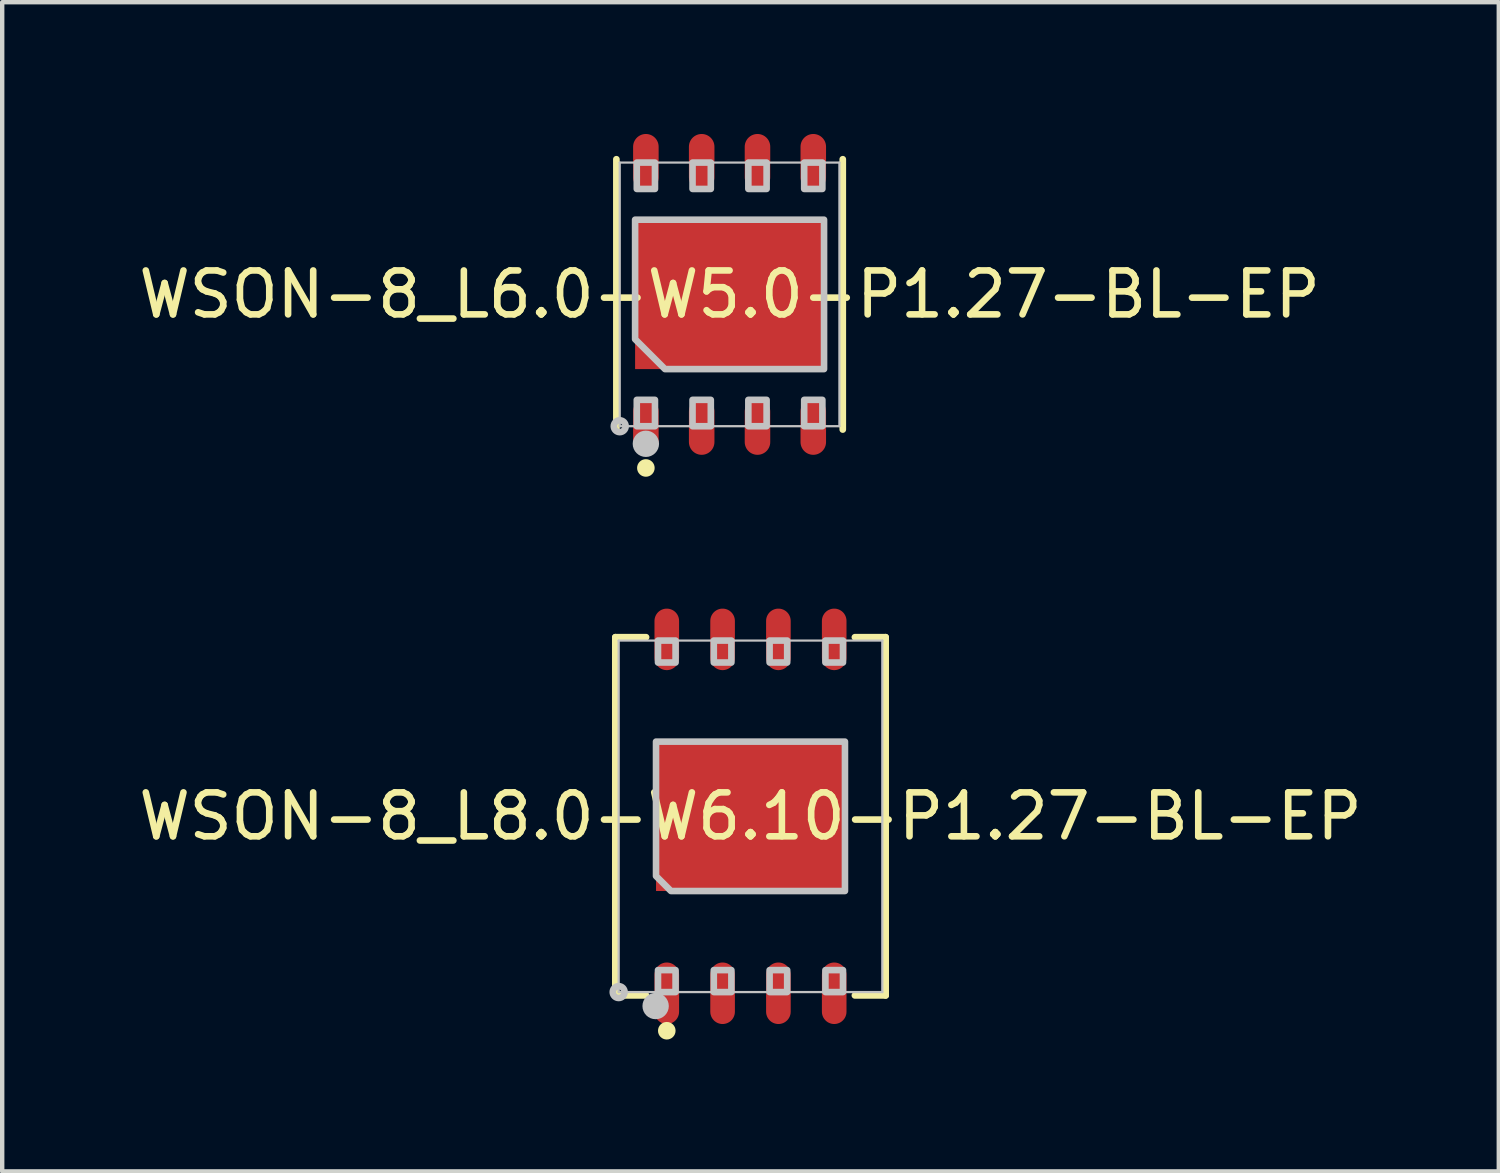
<source format=kicad_pcb>
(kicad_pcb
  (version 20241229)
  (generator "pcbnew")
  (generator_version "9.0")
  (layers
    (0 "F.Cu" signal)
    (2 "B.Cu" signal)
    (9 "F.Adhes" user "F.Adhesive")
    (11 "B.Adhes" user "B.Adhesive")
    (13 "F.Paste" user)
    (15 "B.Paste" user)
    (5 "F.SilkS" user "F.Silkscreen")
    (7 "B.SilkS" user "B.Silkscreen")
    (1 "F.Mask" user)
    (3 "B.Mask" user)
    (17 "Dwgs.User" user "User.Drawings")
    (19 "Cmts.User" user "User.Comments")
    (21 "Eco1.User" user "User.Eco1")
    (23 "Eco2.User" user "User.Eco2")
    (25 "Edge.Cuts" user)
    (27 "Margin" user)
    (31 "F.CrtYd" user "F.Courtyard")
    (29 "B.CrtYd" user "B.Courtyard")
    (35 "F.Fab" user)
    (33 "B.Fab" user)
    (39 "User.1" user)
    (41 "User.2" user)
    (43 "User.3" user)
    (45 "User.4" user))
  (footprint "WSON-8_L8.0-W6.10-P1.27-BL-EP"
    (layer "F.Cu")
    (at 14.03 15.528)
    (property "Reference" "WSON-8_L8.0-W6.10-P1.27-BL-EP" (at 0 0 0) (layer "F.SilkS") (effects (font (size 1 1) (thickness 0.15))))
    (fp_line (start -3.076 -4.076) (end -2.376 -4.076) (stroke (width 0.152) (type solid)) (layer "F.SilkS"))
    (fp_line (start -3.076 4.076) (end -3.076 -4.076) (stroke (width 0.152) (type solid)) (layer "F.SilkS"))
    (fp_line (start -2.376 4.076) (end -3.076 4.076) (stroke (width 0.152) (type solid)) (layer "F.SilkS"))
    (fp_line (start 2.376 4.076) (end 3.076 4.076) (stroke (width 0.152) (type solid)) (layer "F.SilkS"))
    (fp_line (start 3.076 -4.076) (end 2.376 -4.076) (stroke (width 0.152) (type solid)) (layer "F.SilkS"))
    (fp_line (start 3.076 4.076) (end 3.076 -4.076) (stroke (width 0.152) (type solid)) (layer "F.SilkS"))
    (fp_circle (center -1.905 4.88) (end -1.805 4.88) (stroke (width 0.2) (type solid)) (fill no) (layer "F.SilkS"))
    (fp_line (start -3 -4) (end 3 -4) (stroke (width 0.051) (type solid)) (layer "Dwgs.User"))
    (fp_line (start -3 4) (end -3 -4) (stroke (width 0.051) (type solid)) (layer "Dwgs.User"))
    (fp_line (start 3 -4) (end 3 4) (stroke (width 0.051) (type solid)) (layer "Dwgs.User"))
    (fp_line (start 3 4) (end -3 4) (stroke (width 0.051) (type solid)) (layer "Dwgs.User"))
    (fp_circle (center -3 4) (end -2.94 4) (stroke (width 0.15) (type solid)) (fill no) (layer "Dwgs.User"))
    (fp_circle (center -2.159 4.318) (end -2.009 4.318) (stroke (width 0.3) (type solid)) (fill no) (layer "Dwgs.User"))
    (fp_poly (pts (xy -2.105 -4) (xy -2.105 -3.5) (xy -1.705 -3.5) (xy -1.705 -4) (xy -2.105 -4)) (stroke (width 0.15) (type solid)) (fill no) (layer "Dwgs.User"))
    (fp_poly (pts (xy -2.105 4) (xy -2.105 3.5) (xy -1.705 3.5) (xy -1.705 4) (xy -2.105 4)) (stroke (width 0.15) (type solid)) (fill no) (layer "Dwgs.User"))
    (fp_poly (pts (xy -0.835 -4) (xy -0.835 -3.5) (xy -0.435 -3.5) (xy -0.435 -4) (xy -0.835 -4)) (stroke (width 0.15) (type solid)) (fill no) (layer "Dwgs.User"))
    (fp_poly (pts (xy -0.835 4) (xy -0.835 3.5) (xy -0.435 3.5) (xy -0.435 4) (xy -0.835 4)) (stroke (width 0.15) (type solid)) (fill no) (layer "Dwgs.User"))
    (fp_poly (pts (xy 0.435 -4) (xy 0.435 -3.5) (xy 0.835 -3.5) (xy 0.835 -4) (xy 0.435 -4)) (stroke (width 0.15) (type solid)) (fill no) (layer "Dwgs.User"))
    (fp_poly (pts (xy 0.435 4) (xy 0.435 3.5) (xy 0.835 3.5) (xy 0.835 4) (xy 0.435 4)) (stroke (width 0.15) (type solid)) (fill no) (layer "Dwgs.User"))
    (fp_poly (pts (xy 1.705 -4) (xy 1.705 -3.5) (xy 2.105 -3.5) (xy 2.105 -4) (xy 1.705 -4)) (stroke (width 0.15) (type solid)) (fill no) (layer "Dwgs.User"))
    (fp_poly (pts (xy 1.705 4) (xy 1.705 3.5) (xy 2.105 3.5) (xy 2.105 4) (xy 1.705 4)) (stroke (width 0.15) (type solid)) (fill no) (layer "Dwgs.User"))
    (fp_poly (pts (xy -2.15 1.36) (xy -2.15 -1.7) (xy 2.15 -1.7) (xy 2.15 1.7) (xy -1.81 1.7) (xy -2.15 1.36)) (stroke (width 0.15) (type solid)) (fill no) (layer "Dwgs.User"))
    (pad "1" smd oval (at -1.905 4.027) (size 0.56 1.4) (layers "F.Cu" "F.Mask" "F.Paste"))
    (pad "2" smd oval (at -0.635 4.027) (size 0.56 1.4) (layers "F.Cu" "F.Mask" "F.Paste"))
    (pad "3" smd oval (at 0.635 4.027) (size 0.56 1.4) (layers "F.Cu" "F.Mask" "F.Paste"))
    (pad "4" smd oval (at 1.905 4.027) (size 0.56 1.4) (layers "F.Cu" "F.Mask" "F.Paste"))
    (pad "5" smd oval (at 1.905 -4.027) (size 0.56 1.4) (layers "F.Cu" "F.Mask" "F.Paste"))
    (pad "6" smd oval (at 0.635 -4.027) (size 0.56 1.4) (layers "F.Cu" "F.Mask" "F.Paste"))
    (pad "7" smd oval (at -0.635 -4.027) (size 0.56 1.4) (layers "F.Cu" "F.Mask" "F.Paste"))
    (pad "8" smd oval (at -1.905 -4.027) (size 0.56 1.4) (layers "F.Cu" "F.Mask" "F.Paste"))
    (pad "9" smd rect (at 0 0) (size 4.3 3.4) (layers "F.Cu" "F.Mask" "F.Paste")))
  (footprint "WSON-8_L6.0-W5.0-P1.27-BL-EP"
    (layer "F.Cu")
    (at 13.554 3.65)
    (property "Reference" "WSON-8_L6.0-W5.0-P1.27-BL-EP" (at 0 0 0) (layer "F.SilkS") (effects (font (size 1 1) (thickness 0.15))))
    (fp_line (start -2.576 3.076) (end -2.576 -3.076) (stroke (width 0.152) (type solid)) (layer "F.SilkS"))
    (fp_line (start 2.576 -3.076) (end 2.576 3.076) (stroke (width 0.152) (type solid)) (layer "F.SilkS"))
    (fp_circle (center -1.905 3.95) (end -1.805 3.95) (stroke (width 0.2) (type solid)) (fill no) (layer "F.SilkS"))
    (fp_line (start -2.5 -3) (end 2.5 -3) (stroke (width 0.051) (type solid)) (layer "Dwgs.User"))
    (fp_line (start -2.5 3) (end -2.5 -3) (stroke (width 0.051) (type solid)) (layer "Dwgs.User"))
    (fp_line (start 2.5 -3) (end 2.5 3) (stroke (width 0.051) (type solid)) (layer "Dwgs.User"))
    (fp_line (start 2.5 3) (end -2.5 3) (stroke (width 0.051) (type solid)) (layer "Dwgs.User"))
    (fp_circle (center -2.5 3) (end -2.44 3) (stroke (width 0.15) (type solid)) (fill no) (layer "Dwgs.User"))
    (fp_circle (center -1.905 3.4) (end -1.755 3.4) (stroke (width 0.3) (type solid)) (fill no) (layer "Dwgs.User"))
    (fp_poly (pts (xy -2.112 -3) (xy -2.112 -2.4) (xy -1.698 -2.4) (xy -1.698 -3) (xy -2.112 -3)) (stroke (width 0.15) (type solid)) (fill no) (layer "Dwgs.User"))
    (fp_poly (pts (xy -2.112 3) (xy -2.112 2.4) (xy -1.698 2.4) (xy -1.698 3) (xy -2.112 3)) (stroke (width 0.15) (type solid)) (fill no) (layer "Dwgs.User"))
    (fp_poly (pts (xy -0.843 -3) (xy -0.843 -2.4) (xy -0.427 -2.4) (xy -0.427 -3) (xy -0.843 -3)) (stroke (width 0.15) (type solid)) (fill no) (layer "Dwgs.User"))
    (fp_poly (pts (xy -0.843 3) (xy -0.843 2.4) (xy -0.427 2.4) (xy -0.427 3) (xy -0.843 3)) (stroke (width 0.15) (type solid)) (fill no) (layer "Dwgs.User"))
    (fp_poly (pts (xy 0.427 -3) (xy 0.427 -2.4) (xy 0.843 -2.4) (xy 0.843 -3) (xy 0.427 -3)) (stroke (width 0.15) (type solid)) (fill no) (layer "Dwgs.User"))
    (fp_poly (pts (xy 0.427 3) (xy 0.427 2.4) (xy 0.843 2.4) (xy 0.843 3) (xy 0.427 3)) (stroke (width 0.15) (type solid)) (fill no) (layer "Dwgs.User"))
    (fp_poly (pts (xy 1.698 -3) (xy 1.698 -2.4) (xy 2.112 -2.4) (xy 2.112 -3) (xy 1.698 -3)) (stroke (width 0.15) (type solid)) (fill no) (layer "Dwgs.User"))
    (fp_poly (pts (xy 1.698 3) (xy 1.698 2.4) (xy 2.112 2.4) (xy 2.112 3) (xy 1.698 3)) (stroke (width 0.15) (type solid)) (fill no) (layer "Dwgs.User"))
    (fp_poly (pts (xy -2.15 1.02) (xy -2.15 -1.7) (xy 2.15 -1.7) (xy 2.15 1.7) (xy -1.47 1.7) (xy -2.15 1.02)) (stroke (width 0.15) (type solid)) (fill no) (layer "Dwgs.User"))
    (pad "1" smd oval (at -1.905 3.013) (size 0.581 1.276) (layers "F.Cu" "F.Mask" "F.Paste"))
    (pad "2" smd oval (at -0.635 3.013) (size 0.581 1.276) (layers "F.Cu" "F.Mask" "F.Paste"))
    (pad "3" smd oval (at 0.635 3.013) (size 0.581 1.276) (layers "F.Cu" "F.Mask" "F.Paste"))
    (pad "4" smd oval (at 1.905 3.013) (size 0.581 1.276) (layers "F.Cu" "F.Mask" "F.Paste"))
    (pad "5" smd oval (at 1.905 -3.013) (size 0.581 1.276) (layers "F.Cu" "F.Mask" "F.Paste"))
    (pad "6" smd oval (at 0.635 -3.013) (size 0.581 1.276) (layers "F.Cu" "F.Mask" "F.Paste"))
    (pad "7" smd oval (at -0.635 -3.013) (size 0.581 1.276) (layers "F.Cu" "F.Mask" "F.Paste"))
    (pad "8" smd oval (at -1.905 -3.013) (size 0.581 1.276) (layers "F.Cu" "F.Mask" "F.Paste"))
    (pad "9" smd rect (at 0 0) (size 4.3 3.4) (layers "F.Cu" "F.Mask" "F.Paste")))
  (gr_rect
    (start -3 -3)
    (end 31.06 23.609)
    (stroke (width 0.1) (type default))
    (fill no)
    (layer "Edge.Cuts")))
</source>
